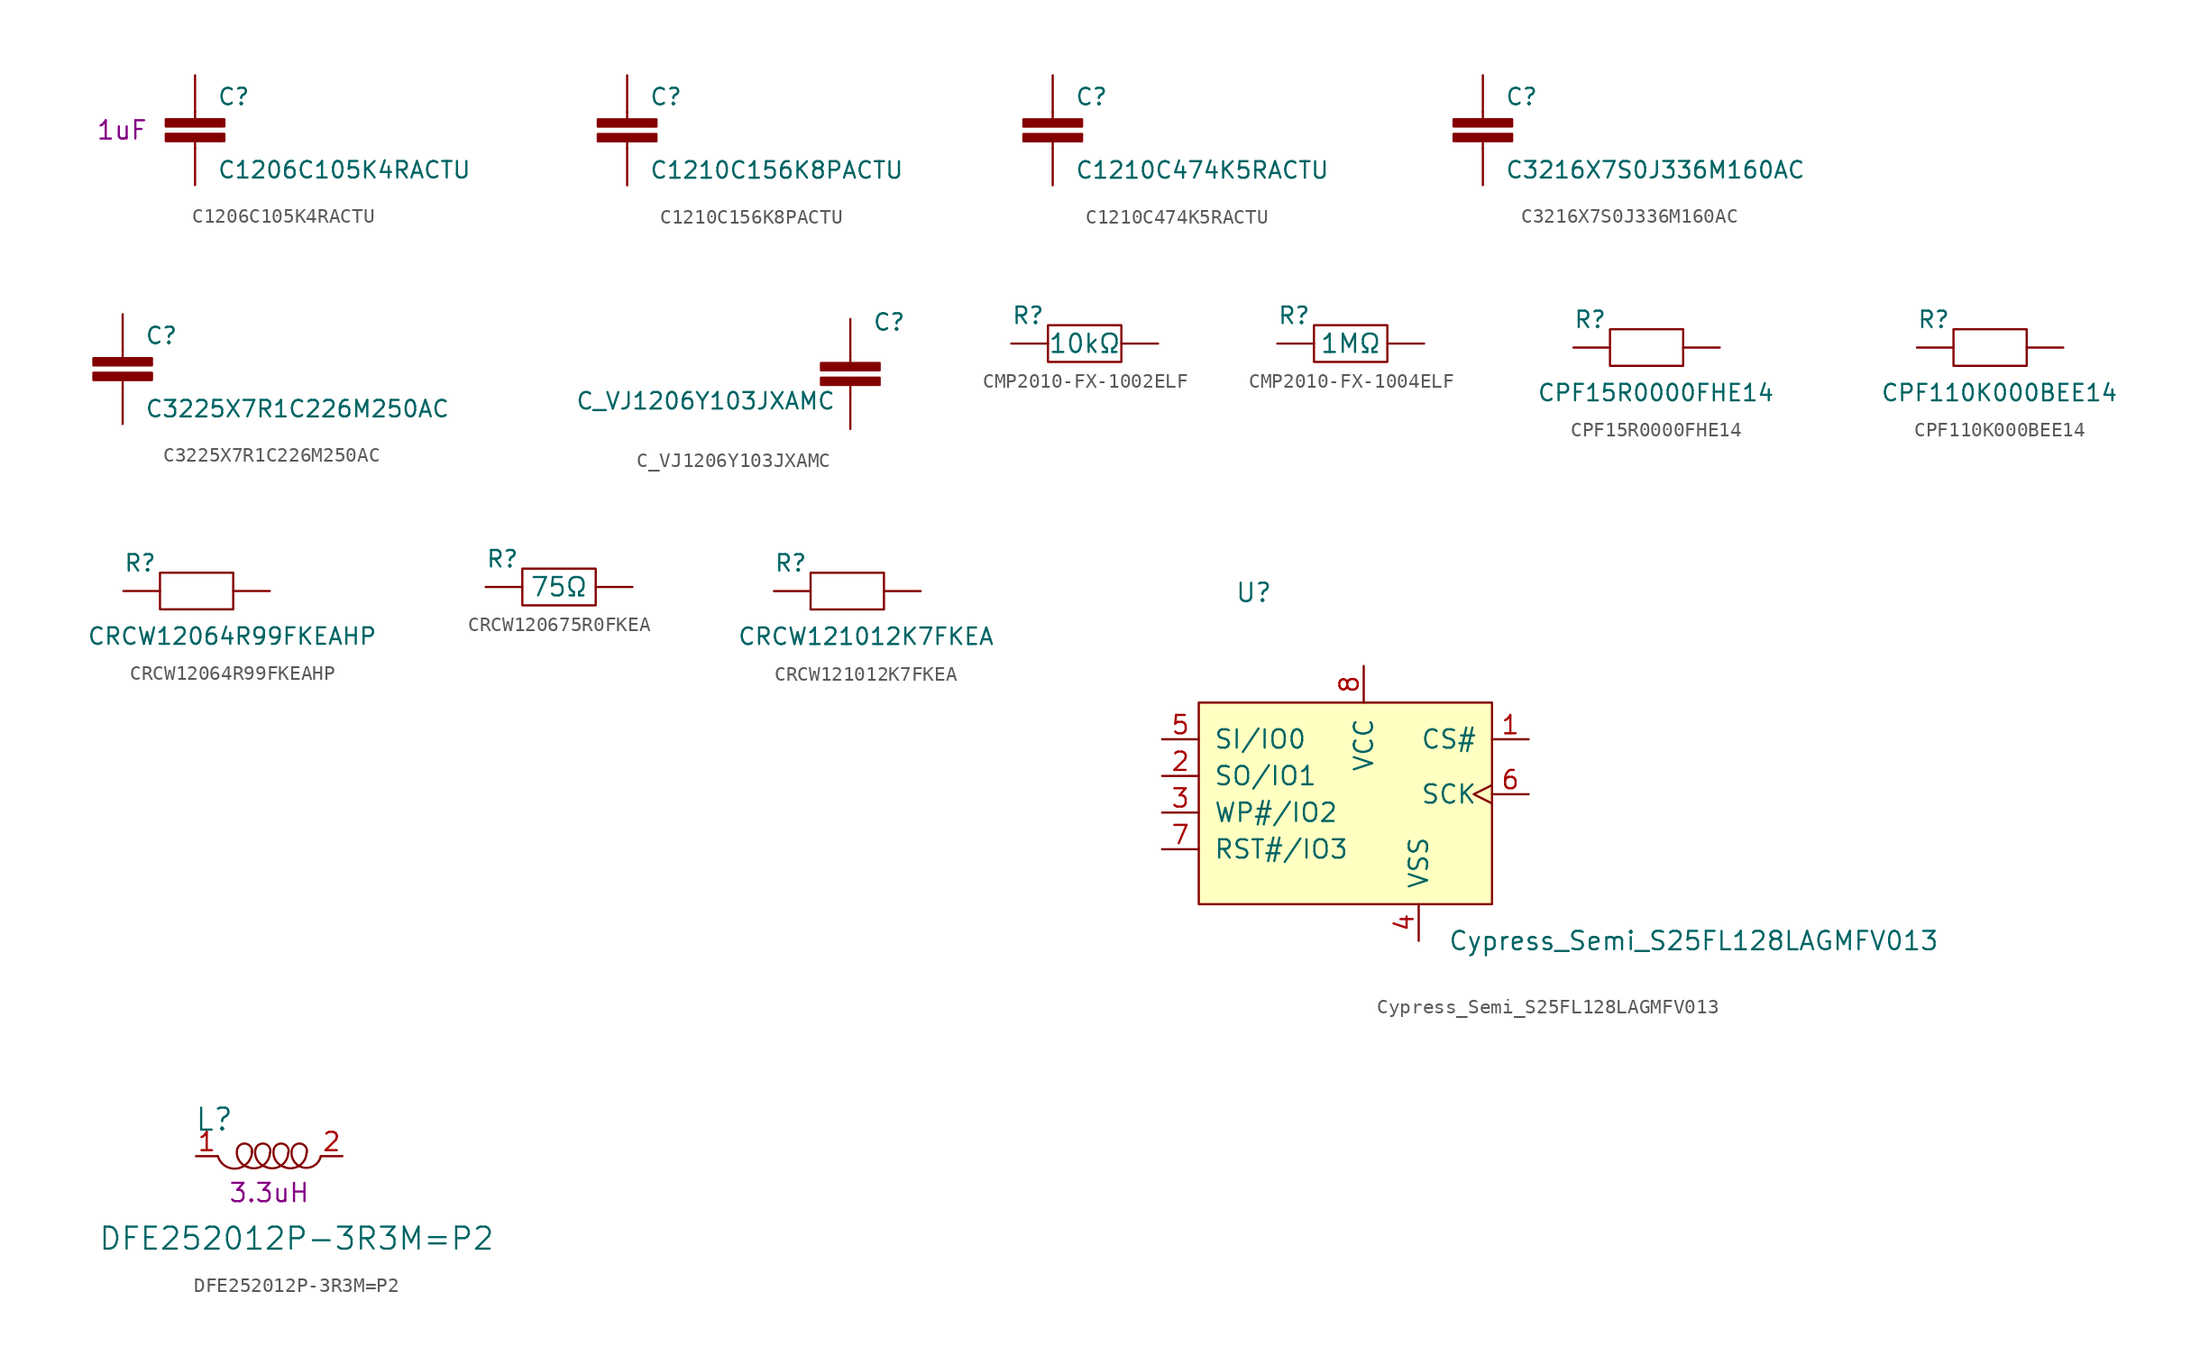
<source format=kicad_sym>
(kicad_symbol_lib
  (version 20211014)
  (generator kicad_symbol_editor)
  (symbol "C1206C105K4RACTU"
    (pin_numbers hide)
    (pin_names
      (offset 1.016) hide)
    (property "Reference" "C"
      (at 1.524 2.921 0)
      (effects (font (size 1.143 1.143)) (justify left bottom)))
    (property "Value" "C1206C105K4RACTU"
      (at 1.524 -2.159 0)
      (effects (font (size 1.143 1.143)) (justify left bottom)))
    (property "Capacity" "1uF"
      (at -5.08 1.27 0)
      (effects (font (size 1.27 1.27))))
    (symbol "C1206C105K4RACTU_1_0"
      (polyline (pts (xy 0 0) (xy 0 0.508)) (stroke (width 0) (type default) (color 0 0 0 0)) (fill (type none)))
      (polyline (pts (xy 0 2.54) (xy 0 2.032)) (stroke (width 0) (type default) (color 0 0 0 0)) (fill (type none))))
    (symbol "C1206C105K4RACTU_1_1"
      (rectangle (start -2.032 0.508) (end 2.032 1.016) (stroke (width 0) (type default) (color 0 0 0 0)) (fill (type outline)))
      (rectangle (start -2.032 1.524) (end 2.032 2.032) (stroke (width 0) (type default) (color 0 0 0 0)) (fill (type outline)))
      (pin passive line (at 0 5.08 270) (length 2.54) (name "1" (effects (font (size 1.016 1.016)))) (number "1" (effects (font (size 1.016 1.016)))))
      (pin passive line (at 0 -2.54 90) (length 2.54) (name "2" (effects (font (size 1.016 1.016)))) (number "2" (effects (font (size 1.016 1.016)))))))
  (symbol "C1210C156K8PACTU"
    (pin_numbers hide)
    (pin_names
      (offset 1.016) hide)
    (property "Reference" "C"
      (at 1.524 2.921 0)
      (effects (font (size 1.143 1.143)) (justify left bottom)))
    (property "Value" "C1210C156K8PACTU"
      (at 1.524 -2.159 0)
      (effects (font (size 1.143 1.143)) (justify left bottom)))
    (symbol "C1210C156K8PACTU_1_0"
      (polyline (pts (xy 0 0) (xy 0 0.508)) (stroke (width 0) (type default) (color 0 0 0 0)) (fill (type none)))
      (polyline (pts (xy 0 2.54) (xy 0 2.032)) (stroke (width 0) (type default) (color 0 0 0 0)) (fill (type none))))
    (symbol "C1210C156K8PACTU_1_1"
      (rectangle (start -2.032 0.508) (end 2.032 1.016) (stroke (width 0) (type default) (color 0 0 0 0)) (fill (type outline)))
      (rectangle (start -2.032 1.524) (end 2.032 2.032) (stroke (width 0) (type default) (color 0 0 0 0)) (fill (type outline)))
      (pin passive line (at 0 5.08 270) (length 2.54) (name "1" (effects (font (size 1.016 1.016)))) (number "1" (effects (font (size 1.016 1.016)))))
      (pin passive line (at 0 -2.54 90) (length 2.54) (name "2" (effects (font (size 1.016 1.016)))) (number "2" (effects (font (size 1.016 1.016)))))))
  (symbol "C1210C474K5RACTU"
    (pin_numbers hide)
    (pin_names
      (offset 1.016) hide)
    (property "Reference" "C"
      (at 1.524 2.921 0)
      (effects (font (size 1.143 1.143)) (justify left bottom)))
    (property "Value" "C1210C474K5RACTU"
      (at 1.524 -2.159 0)
      (effects (font (size 1.143 1.143)) (justify left bottom)))
    (symbol "C1210C474K5RACTU_1_0"
      (polyline (pts (xy 0 0) (xy 0 0.508)) (stroke (width 0) (type default) (color 0 0 0 0)) (fill (type none)))
      (polyline (pts (xy 0 2.54) (xy 0 2.032)) (stroke (width 0) (type default) (color 0 0 0 0)) (fill (type none))))
    (symbol "C1210C474K5RACTU_1_1"
      (rectangle (start -2.032 0.508) (end 2.032 1.016) (stroke (width 0) (type default) (color 0 0 0 0)) (fill (type outline)))
      (rectangle (start -2.032 1.524) (end 2.032 2.032) (stroke (width 0) (type default) (color 0 0 0 0)) (fill (type outline)))
      (pin passive line (at 0 5.08 270) (length 2.54) (name "1" (effects (font (size 1.016 1.016)))) (number "1" (effects (font (size 1.016 1.016)))))
      (pin passive line (at 0 -2.54 90) (length 2.54) (name "2" (effects (font (size 1.016 1.016)))) (number "2" (effects (font (size 1.016 1.016)))))))
  (symbol "C3216X7S0J336M160AC"
    (pin_numbers hide)
    (pin_names
      (offset 1.016) hide)
    (property "Reference" "C"
      (at 1.524 2.921 0)
      (effects (font (size 1.143 1.143)) (justify left bottom)))
    (property "Value" "C3216X7S0J336M160AC"
      (at 1.524 -2.159 0)
      (effects (font (size 1.143 1.143)) (justify left bottom)))
    (symbol "C3216X7S0J336M160AC_1_0"
      (polyline (pts (xy 0 0) (xy 0 0.508)) (stroke (width 0) (type default) (color 0 0 0 0)) (fill (type none)))
      (polyline (pts (xy 0 2.54) (xy 0 2.032)) (stroke (width 0) (type default) (color 0 0 0 0)) (fill (type none))))
    (symbol "C3216X7S0J336M160AC_1_1"
      (rectangle (start -2.032 0.508) (end 2.032 1.016) (stroke (width 0) (type default) (color 0 0 0 0)) (fill (type outline)))
      (rectangle (start -2.032 1.524) (end 2.032 2.032) (stroke (width 0) (type default) (color 0 0 0 0)) (fill (type outline)))
      (pin passive line (at 0 5.08 270) (length 2.54) (name "1" (effects (font (size 1.016 1.016)))) (number "1" (effects (font (size 1.016 1.016)))))
      (pin passive line (at 0 -2.54 90) (length 2.54) (name "2" (effects (font (size 1.016 1.016)))) (number "2" (effects (font (size 1.016 1.016)))))))
  (symbol "C3225X7R1C226M250AC"
    (pin_numbers hide)
    (pin_names
      (offset 1.016) hide)
    (property "Reference" "C"
      (at 1.524 2.921 0)
      (effects (font (size 1.143 1.143)) (justify left bottom)))
    (property "Value" "C3225X7R1C226M250AC"
      (at 1.524 -2.159 0)
      (effects (font (size 1.143 1.143)) (justify left bottom)))
    (symbol "C3225X7R1C226M250AC_1_0"
      (polyline (pts (xy 0 0) (xy 0 0.508)) (stroke (width 0) (type default) (color 0 0 0 0)) (fill (type none)))
      (polyline (pts (xy 0 2.54) (xy 0 2.032)) (stroke (width 0) (type default) (color 0 0 0 0)) (fill (type none))))
    (symbol "C3225X7R1C226M250AC_1_1"
      (rectangle (start -2.032 0.508) (end 2.032 1.016) (stroke (width 0) (type default) (color 0 0 0 0)) (fill (type outline)))
      (rectangle (start -2.032 1.524) (end 2.032 2.032) (stroke (width 0) (type default) (color 0 0 0 0)) (fill (type outline)))
      (pin passive line (at 0 5.08 270) (length 2.54) (name "1" (effects (font (size 1.016 1.016)))) (number "1" (effects (font (size 1.016 1.016)))))
      (pin passive line (at 0 -2.54 90) (length 2.54) (name "2" (effects (font (size 1.016 1.016)))) (number "2" (effects (font (size 1.016 1.016)))))))
  (symbol "C_VJ1206Y103JXAMC"
    (pin_numbers hide)
    (pin_names
      (offset 1.016) hide)
    (property "Reference" "C"
      (at 1.524 2.921 0)
      (effects (font (size 1.143 1.143)) (justify left bottom)))
    (property "Value" "C_VJ1206Y103JXAMC"
      (at -19.05 -2.54 0)
      (effects (font (size 1.143 1.143)) (justify left bottom)))
    (symbol "C_VJ1206Y103JXAMC_1_0"
      (polyline (pts (xy 0 -1.27) (xy 0 -0.762)) (stroke (width 0) (type default) (color 0 0 0 0)) (fill (type none)))
      (polyline (pts (xy 0 1.27) (xy 0 0.762)) (stroke (width 0) (type default) (color 0 0 0 0)) (fill (type none))))
    (symbol "C_VJ1206Y103JXAMC_1_1"
      (rectangle (start -2.032 -0.762) (end 2.032 -0.254) (stroke (width 0) (type default) (color 0 0 0 0)) (fill (type outline)))
      (rectangle (start -2.032 0.254) (end 2.032 0.762) (stroke (width 0) (type default) (color 0 0 0 0)) (fill (type outline)))
      (pin passive line (at 0 3.81 270) (length 2.54) (name "1" (effects (font (size 1.016 1.016)))) (number "1" (effects (font (size 1.016 1.016)))))
      (pin passive line (at 0 -3.81 90) (length 2.54) (name "2" (effects (font (size 1.016 1.016)))) (number "2" (effects (font (size 1.016 1.016)))))))
  (symbol "CMP2010-FX-1002ELF"
    (pin_numbers hide)
    (pin_names
      (offset 1.016) hide)
    (property "Reference" "R"
      (at -5.08 1.27 0)
      (effects (font (size 1.143 1.143)) (justify left bottom)))
    (property "Value" "CMP2010-FX-1002ELF"
      (at -10.16 -3.81 0)
      (effects (font (size 1.143 1.143)) (justify left bottom)))
    (property "Value" "10kΩ"
      (at 0 0 0)
      (effects (font (size 1.27 1.27))))
    (symbol "CMP2010-FX-1002ELF_0_1"
      (rectangle (start -2.54 1.27) (end 2.54 -1.27) (stroke (width 0) (type default) (color 0 0 0 0)) (fill (type none))))
    (symbol "CMP2010-FX-1002ELF_1_1"
      (pin passive line (at -5.08 0 0) (length 2.54) (name "1" (effects (font (size 1.016 1.016)))) (number "1" (effects (font (size 1.016 1.016)))))
      (pin passive line (at 5.08 0 180) (length 2.54) (name "2" (effects (font (size 1.016 1.016)))) (number "2" (effects (font (size 1.016 1.016)))))))
  (symbol "CMP2010-FX-1004ELF"
    (pin_numbers hide)
    (pin_names
      (offset 1.016) hide)
    (property "Reference" "R"
      (at -5.08 1.27 0)
      (effects (font (size 1.143 1.143)) (justify left bottom)))
    (property "Value" "CMP2010-FX-1004ELF"
      (at -10.16 -3.81 0)
      (effects (font (size 1.143 1.143)) (justify left bottom)))
    (property "Value" "1MΩ"
      (at 0 0 0)
      (effects (font (size 1.27 1.27))))
    (symbol "CMP2010-FX-1004ELF_0_1"
      (rectangle (start -2.54 1.27) (end 2.54 -1.27) (stroke (width 0) (type default) (color 0 0 0 0)) (fill (type none))))
    (symbol "CMP2010-FX-1004ELF_1_1"
      (pin passive line (at -5.08 0 0) (length 2.54) (name "P1" (effects (font (size 1.016 1.016)))) (number "1" (effects (font (size 1.016 1.016)))))
      (pin passive line (at 5.08 0 180) (length 2.54) (name "P2" (effects (font (size 1.016 1.016)))) (number "2" (effects (font (size 1.016 1.016)))))))
  (symbol "CPF15R0000FHE14"
    (pin_numbers hide)
    (pin_names
      (offset 1.016) hide)
    (property "Reference" "R"
      (at -5.08 1.27 0)
      (effects (font (size 1.143 1.143)) (justify left bottom)))
    (property "Value" "CPF15R0000FHE14"
      (at -7.62 -3.81 0)
      (effects (font (size 1.143 1.143)) (justify left bottom)))
    (symbol "CPF15R0000FHE14_0_1"
      (rectangle (start -2.54 1.27) (end 2.54 -1.27) (stroke (width 0) (type default) (color 0 0 0 0)) (fill (type none))))
    (symbol "CPF15R0000FHE14_1_1"
      (pin passive line (at -5.08 0 0) (length 2.54) (name "1" (effects (font (size 1.016 1.016)))) (number "1" (effects (font (size 1.016 1.016)))))
      (pin passive line (at 5.08 0 180) (length 2.54) (name "2" (effects (font (size 1.016 1.016)))) (number "2" (effects (font (size 1.016 1.016)))))))
  (symbol "CPF110K000BEE14"
    (pin_numbers hide)
    (pin_names
      (offset 1.016) hide)
    (property "Reference" "R"
      (at -5.08 1.27 0)
      (effects (font (size 1.143 1.143)) (justify left bottom)))
    (property "Value" "CPF110K000BEE14"
      (at -7.62 -3.81 0)
      (effects (font (size 1.143 1.143)) (justify left bottom)))
    (symbol "CPF110K000BEE14_0_1"
      (rectangle (start -2.54 1.27) (end 2.54 -1.27) (stroke (width 0) (type default) (color 0 0 0 0)) (fill (type none))))
    (symbol "CPF110K000BEE14_1_1"
      (pin passive line (at -5.08 0 0) (length 2.54) (name "1" (effects (font (size 1.016 1.016)))) (number "1" (effects (font (size 1.016 1.016)))))
      (pin passive line (at 5.08 0 180) (length 2.54) (name "2" (effects (font (size 1.016 1.016)))) (number "2" (effects (font (size 1.016 1.016)))))))
  (symbol "CRCW12064R99FKEAHP"
    (pin_numbers hide)
    (pin_names
      (offset 1.016) hide)
    (property "Reference" "R"
      (at -5.08 1.27 0)
      (effects (font (size 1.143 1.143)) (justify left bottom)))
    (property "Value" "CRCW12064R99FKEAHP"
      (at -7.62 -3.81 0)
      (effects (font (size 1.143 1.143)) (justify left bottom)))
    (symbol "CRCW12064R99FKEAHP_0_1"
      (rectangle (start -2.54 1.27) (end 2.54 -1.27) (stroke (width 0) (type default) (color 0 0 0 0)) (fill (type none))))
    (symbol "CRCW12064R99FKEAHP_1_1"
      (pin passive line (at -5.08 0 0) (length 2.54) (name "1" (effects (font (size 1.016 1.016)))) (number "1" (effects (font (size 1.016 1.016)))))
      (pin passive line (at 5.08 0 180) (length 2.54) (name "2" (effects (font (size 1.016 1.016)))) (number "2" (effects (font (size 1.016 1.016)))))))
  (symbol "CRCW120675R0FKEA"
    (pin_numbers hide)
    (pin_names
      (offset 1.016) hide)
    (property "Reference" "R"
      (at -5.08 1.27 0)
      (effects (font (size 1.143 1.143)) (justify left bottom)))
    (property "Value" "CRCW120675R0FKEA"
      (at -7.62 -3.81 0)
      (effects (font (size 1.143 1.143)) (justify left bottom)))
    (property "Value" "75Ω"
      (at 0 0 0)
      (effects (font (size 1.27 1.27))))
    (symbol "CRCW120675R0FKEA_0_1"
      (rectangle (start -2.54 1.27) (end 2.54 -1.27) (stroke (width 0) (type default) (color 0 0 0 0)) (fill (type none))))
    (symbol "CRCW120675R0FKEA_1_1"
      (pin passive line (at -5.08 0 0) (length 2.54) (name "1" (effects (font (size 1.016 1.016)))) (number "1" (effects (font (size 1.016 1.016)))))
      (pin passive line (at 5.08 0 180) (length 2.54) (name "2" (effects (font (size 1.016 1.016)))) (number "2" (effects (font (size 1.016 1.016)))))))
  (symbol "CRCW121012K7FKEA"
    (pin_numbers hide)
    (pin_names
      (offset 1.016) hide)
    (property "Reference" "R"
      (at -5.08 1.27 0)
      (effects (font (size 1.143 1.143)) (justify left bottom)))
    (property "Value" "CRCW121012K7FKEA"
      (at -7.62 -3.81 0)
      (effects (font (size 1.143 1.143)) (justify left bottom)))
    (symbol "CRCW121012K7FKEA_0_1"
      (rectangle (start -2.54 1.27) (end 2.54 -1.27) (stroke (width 0) (type default) (color 0 0 0 0)) (fill (type none))))
    (symbol "CRCW121012K7FKEA_1_1"
      (pin passive line (at -5.08 0 0) (length 2.54) (name "1" (effects (font (size 1.016 1.016)))) (number "1" (effects (font (size 1.016 1.016)))))
      (pin passive line (at 5.08 0 180) (length 2.54) (name "2" (effects (font (size 1.016 1.016)))) (number "2" (effects (font (size 1.016 1.016)))))))
  (symbol "Cypress_Semi_S25FL128LAGMFV013"
    (pin_names
      (offset 1.016))
    (property "Reference" "U"
      (at -6.35 15.24 0)
      (effects (font (size 1.27 1.27))))
    (property "Value" "Cypress_Semi_S25FL128LAGMFV013"
      (at 24.13 -8.89 0)
      (effects (font (size 1.27 1.27))))
    (symbol "Cypress_Semi_S25FL128LAGMFV013_0_1"
      (rectangle (start -10.16 7.62) (end 10.16 -6.35) (stroke (width 0) (type default) (color 0 0 0 0)) (fill (type background))))
    (symbol "Cypress_Semi_S25FL128LAGMFV013_1_1"
      (pin input line (at 12.7 5.08 180) (length 2.54) (name "CS#" (effects (font (size 1.27 1.27)))) (number "1" (effects (font (size 1.27 1.27)))))
      (pin bidirectional line (at -12.7 2.54 0) (length 2.54) (name "SO/IO1" (effects (font (size 1.27 1.27)))) (number "2" (effects (font (size 1.27 1.27)))))
      (pin bidirectional line (at -12.7 0 0) (length 2.54) (name "WP#/IO2" (effects (font (size 1.27 1.27)))) (number "3" (effects (font (size 1.27 1.27)))))
      (pin power_in line (at 5.08 -8.89 90) (length 2.54) (name "VSS" (effects (font (size 1.27 1.27)))) (number "4" (effects (font (size 1.27 1.27)))))
      (pin bidirectional line (at -12.7 5.08 0) (length 2.54) (name "SI/IO0" (effects (font (size 1.27 1.27)))) (number "5" (effects (font (size 1.27 1.27)))))
      (pin input clock (at 12.7 1.27 180) (length 2.54) (name "SCK" (effects (font (size 1.27 1.27)))) (number "6" (effects (font (size 1.27 1.27)))))
      (pin bidirectional line (at -12.7 -2.54 0) (length 2.54) (name "RST#/IO3" (effects (font (size 1.27 1.27)))) (number "7" (effects (font (size 1.27 1.27)))))
      (pin power_in line (at 1.27 10.16 270) (length 2.54) (name "VCC" (effects (font (size 1.27 1.27)))) (number "8" (effects (font (size 1.27 1.27)))))))
  (symbol "DFE252012P-3R3M=P2"
    (pin_names
      (offset 1.016))
    (property "Reference" "L"
      (at -3.81 2.54 0)
      (effects (font (size 1.524 1.524))))
    (property "Value" "DFE252012P-3R3M=P2"
      (at 1.905 -5.715 0)
      (effects (font (size 1.524 1.524))))
    (property "Inductance" "3.3uH"
      (at 0 -2.54 0)
      (effects (font (size 1.27 1.27))))
    (symbol "DFE252012P-3R3M=P2_0_1"
      (arc (start -3.556 0) (mid -2.1694 -0.8461) (end -1.1938 0.4318) (stroke (width 0) (type default) (color 0 0 0 0)) (fill (type none)))
      (arc (start -2.2098 0.508) (mid -2.0918 -0.2848) (end -1.4478 -0.762) (stroke (width 0) (type default) (color 0 0 0 0)) (fill (type none)))
      (arc (start -1.4732 -0.762) (mid -0.4347 -0.6489) (end 0.0508 0.254) (stroke (width 0) (type default) (color 0 0 0 0)) (fill (type none)))
      (arc (start -1.1938 0.254) (mid -1.5764 0.8583) (end -2.2098 0.508) (stroke (width 0) (type default) (color 0 0 0 0)) (fill (type none)))
      (arc (start -0.9398 0.508) (mid -0.8218 -0.2848) (end -0.1778 -0.762) (stroke (width 0) (type default) (color 0 0 0 0)) (fill (type none)))
      (arc (start -0.2032 -0.762) (mid 0.8353 -0.6489) (end 1.3208 0.254) (stroke (width 0) (type default) (color 0 0 0 0)) (fill (type none)))
      (arc (start 0.0762 0.254) (mid -0.3064 0.8583) (end -0.9398 0.508) (stroke (width 0) (type default) (color 0 0 0 0)) (fill (type none)))
      (arc (start 0.3302 0.508) (mid 0.4482 -0.2848) (end 1.0922 -0.762) (stroke (width 0) (type default) (color 0 0 0 0)) (fill (type none)))
      (arc (start 1.0668 -0.762) (mid 2.1053 -0.6489) (end 2.5908 0.254) (stroke (width 0) (type default) (color 0 0 0 0)) (fill (type none)))
      (arc (start 1.3462 0.254) (mid 0.9636 0.8583) (end 0.3302 0.508) (stroke (width 0) (type default) (color 0 0 0 0)) (fill (type none)))
      (arc (start 1.5748 0.4318) (mid 2.3727 -0.7843) (end 3.5814 0) (stroke (width 0) (type default) (color 0 0 0 0)) (fill (type none)))
      (arc (start 2.6162 0.254) (mid 2.2336 0.8583) (end 1.6002 0.508) (stroke (width 0) (type default) (color 0 0 0 0)) (fill (type none))))
    (symbol "DFE252012P-3R3M=P2_1_1"
      (pin passive line (at -5.08 0 0) (length 1.499) (name "~" (effects (font (size 1.27 1.27)))) (number "1" (effects (font (size 1.27 1.27)))))
      (pin passive line (at 5.08 0 180) (length 1.499) (name "~" (effects (font (size 1.27 1.27)))) (number "2" (effects (font (size 1.27 1.27))))))))
</source>
